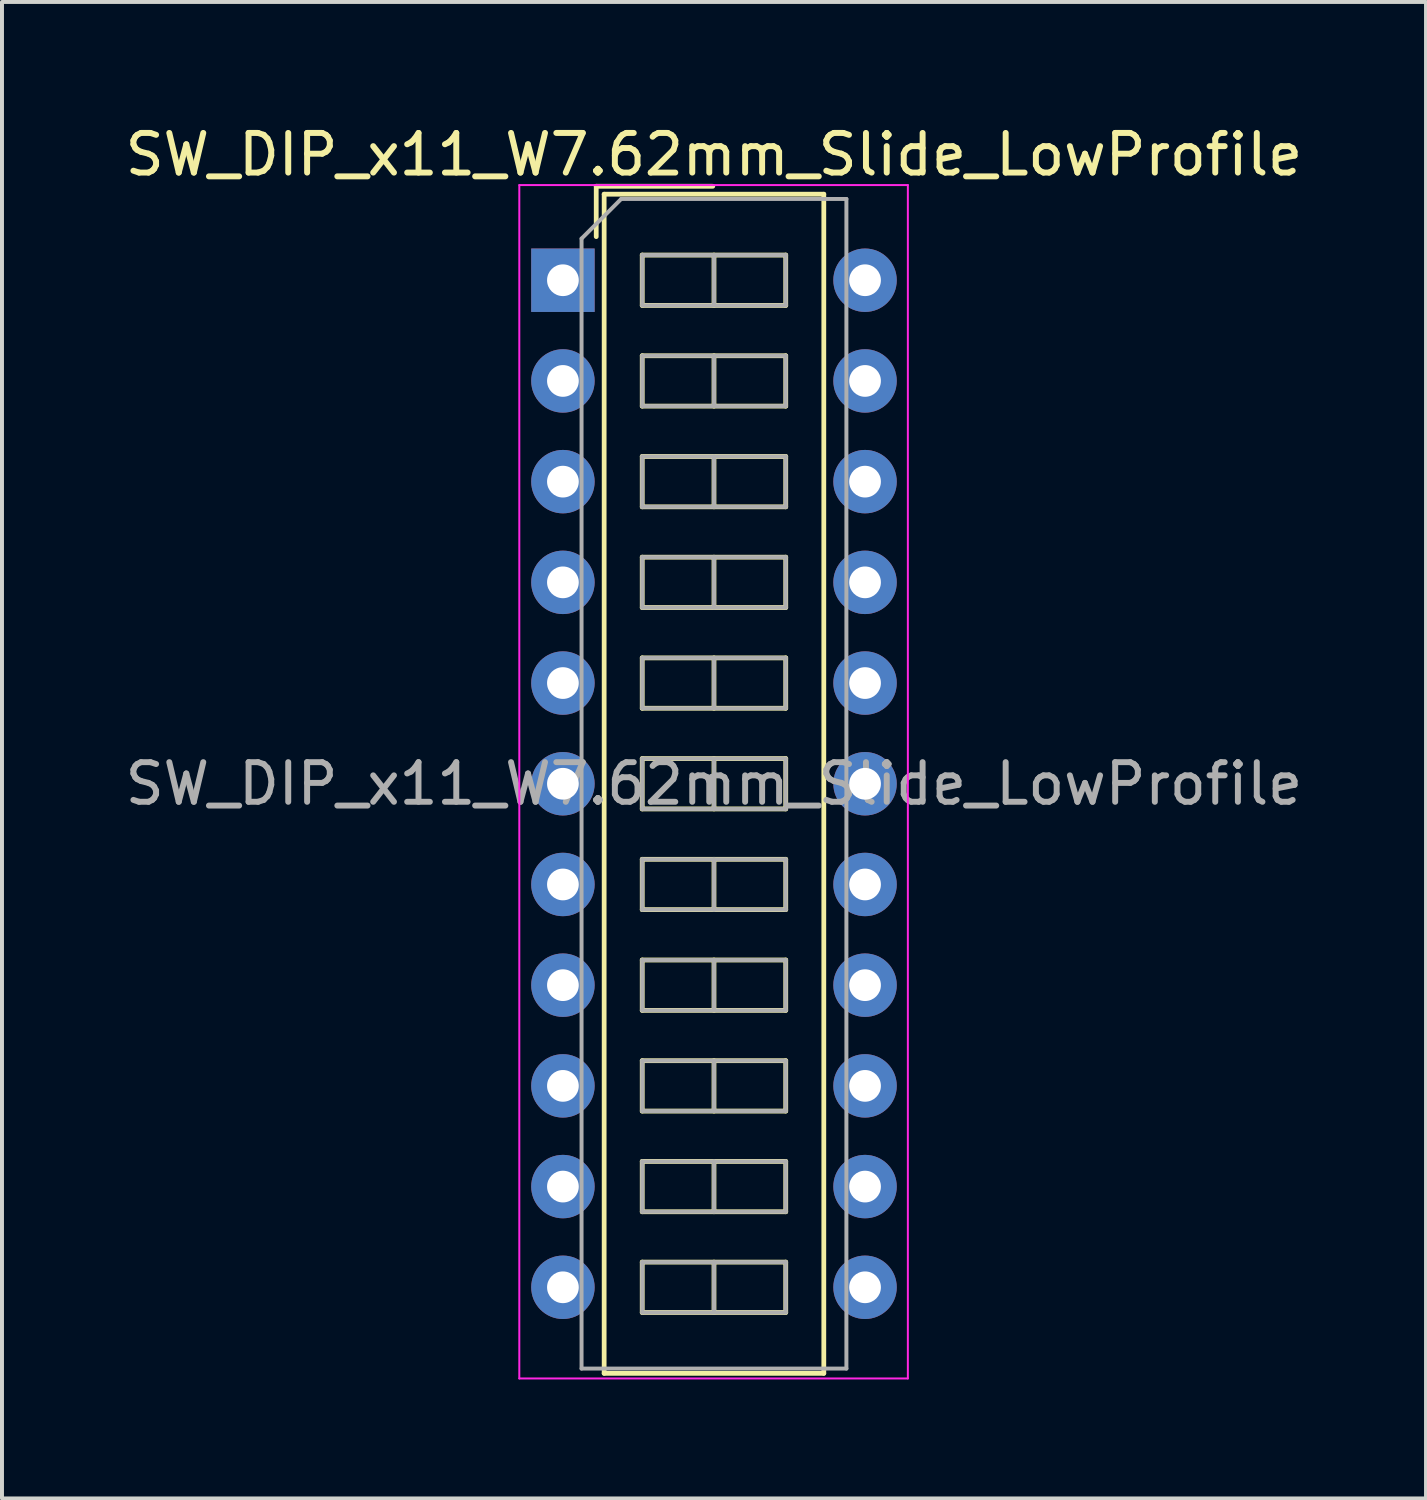
<source format=kicad_pcb>
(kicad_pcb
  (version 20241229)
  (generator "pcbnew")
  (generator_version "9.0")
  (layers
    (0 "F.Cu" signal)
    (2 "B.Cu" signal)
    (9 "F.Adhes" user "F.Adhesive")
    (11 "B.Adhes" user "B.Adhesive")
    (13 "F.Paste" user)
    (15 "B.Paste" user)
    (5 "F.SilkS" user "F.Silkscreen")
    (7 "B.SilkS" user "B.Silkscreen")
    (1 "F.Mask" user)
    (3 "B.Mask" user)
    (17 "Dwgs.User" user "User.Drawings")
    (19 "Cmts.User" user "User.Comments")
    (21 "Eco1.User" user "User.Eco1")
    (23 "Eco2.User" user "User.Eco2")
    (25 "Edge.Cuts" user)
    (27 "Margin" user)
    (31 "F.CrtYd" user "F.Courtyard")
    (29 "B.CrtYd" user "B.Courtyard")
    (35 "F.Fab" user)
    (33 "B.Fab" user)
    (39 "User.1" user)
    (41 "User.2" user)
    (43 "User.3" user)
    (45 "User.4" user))
  (footprint "SW_DIP_x11_W7.62mm_Slide_LowProfile"
    (layer "F.Cu")
    (at 11.148 4.018)
    (property "Reference" "SW_DIP_x11_W7.62mm_Slide_LowProfile" (at 3.81 -3.17 0) (layer "F.SilkS") (effects (font (size 1 1) (thickness 0.15))))
    (attr through_hole)
    (fp_line (start 0.84 -2.37) (end 0.84 -1.1) (stroke (width 0.12) (type solid)) (layer "F.SilkS"))
    (fp_line (start 0.84 -2.37) (end 3.78 -2.37) (stroke (width 0.12) (type solid)) (layer "F.SilkS"))
    (fp_line (start 1.04 -2.17) (end 6.58 -2.17) (stroke (width 0.12) (type solid)) (layer "F.SilkS"))
    (fp_line (start 1.04 27.57) (end 1.04 -2.17) (stroke (width 0.12) (type solid)) (layer "F.SilkS"))
    (fp_line (start 2 -0.635) (end 2 0.635) (stroke (width 0.12) (type solid)) (layer "F.SilkS"))
    (fp_line (start 2 0.635) (end 5.62 0.635) (stroke (width 0.12) (type solid)) (layer "F.SilkS"))
    (fp_line (start 2 1.905) (end 2 3.175) (stroke (width 0.12) (type solid)) (layer "F.SilkS"))
    (fp_line (start 2 3.175) (end 5.62 3.175) (stroke (width 0.12) (type solid)) (layer "F.SilkS"))
    (fp_line (start 2 4.445) (end 2 5.715) (stroke (width 0.12) (type solid)) (layer "F.SilkS"))
    (fp_line (start 2 5.715) (end 5.62 5.715) (stroke (width 0.12) (type solid)) (layer "F.SilkS"))
    (fp_line (start 2 6.985) (end 2 8.255) (stroke (width 0.12) (type solid)) (layer "F.SilkS"))
    (fp_line (start 2 8.255) (end 5.62 8.255) (stroke (width 0.12) (type solid)) (layer "F.SilkS"))
    (fp_line (start 2 9.525) (end 2 10.795) (stroke (width 0.12) (type solid)) (layer "F.SilkS"))
    (fp_line (start 2 10.795) (end 5.62 10.795) (stroke (width 0.12) (type solid)) (layer "F.SilkS"))
    (fp_line (start 2 12.065) (end 2 13.335) (stroke (width 0.12) (type solid)) (layer "F.SilkS"))
    (fp_line (start 2 13.335) (end 5.62 13.335) (stroke (width 0.12) (type solid)) (layer "F.SilkS"))
    (fp_line (start 2 14.605) (end 2 15.875) (stroke (width 0.12) (type solid)) (layer "F.SilkS"))
    (fp_line (start 2 15.875) (end 5.62 15.875) (stroke (width 0.12) (type solid)) (layer "F.SilkS"))
    (fp_line (start 2 17.145) (end 2 18.415) (stroke (width 0.12) (type solid)) (layer "F.SilkS"))
    (fp_line (start 2 18.415) (end 5.62 18.415) (stroke (width 0.12) (type solid)) (layer "F.SilkS"))
    (fp_line (start 2 19.685) (end 2 20.955) (stroke (width 0.12) (type solid)) (layer "F.SilkS"))
    (fp_line (start 2 20.955) (end 5.62 20.955) (stroke (width 0.12) (type solid)) (layer "F.SilkS"))
    (fp_line (start 2 22.225) (end 2 23.495) (stroke (width 0.12) (type solid)) (layer "F.SilkS"))
    (fp_line (start 2 23.495) (end 5.62 23.495) (stroke (width 0.12) (type solid)) (layer "F.SilkS"))
    (fp_line (start 2 24.765) (end 2 26.035) (stroke (width 0.12) (type solid)) (layer "F.SilkS"))
    (fp_line (start 2 26.035) (end 5.62 26.035) (stroke (width 0.12) (type solid)) (layer "F.SilkS"))
    (fp_line (start 3.81 -0.635) (end 3.81 0.635) (stroke (width 0.12) (type solid)) (layer "F.SilkS"))
    (fp_line (start 3.81 1.905) (end 3.81 3.175) (stroke (width 0.12) (type solid)) (layer "F.SilkS"))
    (fp_line (start 3.81 4.445) (end 3.81 5.715) (stroke (width 0.12) (type solid)) (layer "F.SilkS"))
    (fp_line (start 3.81 6.985) (end 3.81 8.255) (stroke (width 0.12) (type solid)) (layer "F.SilkS"))
    (fp_line (start 3.81 9.525) (end 3.81 10.795) (stroke (width 0.12) (type solid)) (layer "F.SilkS"))
    (fp_line (start 3.81 12.065) (end 3.81 13.335) (stroke (width 0.12) (type solid)) (layer "F.SilkS"))
    (fp_line (start 3.81 14.605) (end 3.81 15.875) (stroke (width 0.12) (type solid)) (layer "F.SilkS"))
    (fp_line (start 3.81 17.145) (end 3.81 18.415) (stroke (width 0.12) (type solid)) (layer "F.SilkS"))
    (fp_line (start 3.81 19.685) (end 3.81 20.955) (stroke (width 0.12) (type solid)) (layer "F.SilkS"))
    (fp_line (start 3.81 22.225) (end 3.81 23.495) (stroke (width 0.12) (type solid)) (layer "F.SilkS"))
    (fp_line (start 3.81 24.765) (end 3.81 26.035) (stroke (width 0.12) (type solid)) (layer "F.SilkS"))
    (fp_line (start 5.62 -0.635) (end 2 -0.635) (stroke (width 0.12) (type solid)) (layer "F.SilkS"))
    (fp_line (start 5.62 0.635) (end 5.62 -0.635) (stroke (width 0.12) (type solid)) (layer "F.SilkS"))
    (fp_line (start 5.62 1.905) (end 2 1.905) (stroke (width 0.12) (type solid)) (layer "F.SilkS"))
    (fp_line (start 5.62 3.175) (end 5.62 1.905) (stroke (width 0.12) (type solid)) (layer "F.SilkS"))
    (fp_line (start 5.62 4.445) (end 2 4.445) (stroke (width 0.12) (type solid)) (layer "F.SilkS"))
    (fp_line (start 5.62 5.715) (end 5.62 4.445) (stroke (width 0.12) (type solid)) (layer "F.SilkS"))
    (fp_line (start 5.62 6.985) (end 2 6.985) (stroke (width 0.12) (type solid)) (layer "F.SilkS"))
    (fp_line (start 5.62 8.255) (end 5.62 6.985) (stroke (width 0.12) (type solid)) (layer "F.SilkS"))
    (fp_line (start 5.62 9.525) (end 2 9.525) (stroke (width 0.12) (type solid)) (layer "F.SilkS"))
    (fp_line (start 5.62 10.795) (end 5.62 9.525) (stroke (width 0.12) (type solid)) (layer "F.SilkS"))
    (fp_line (start 5.62 12.065) (end 2 12.065) (stroke (width 0.12) (type solid)) (layer "F.SilkS"))
    (fp_line (start 5.62 13.335) (end 5.62 12.065) (stroke (width 0.12) (type solid)) (layer "F.SilkS"))
    (fp_line (start 5.62 14.605) (end 2 14.605) (stroke (width 0.12) (type solid)) (layer "F.SilkS"))
    (fp_line (start 5.62 15.875) (end 5.62 14.605) (stroke (width 0.12) (type solid)) (layer "F.SilkS"))
    (fp_line (start 5.62 17.145) (end 2 17.145) (stroke (width 0.12) (type solid)) (layer "F.SilkS"))
    (fp_line (start 5.62 18.415) (end 5.62 17.145) (stroke (width 0.12) (type solid)) (layer "F.SilkS"))
    (fp_line (start 5.62 19.685) (end 2 19.685) (stroke (width 0.12) (type solid)) (layer "F.SilkS"))
    (fp_line (start 5.62 20.955) (end 5.62 19.685) (stroke (width 0.12) (type solid)) (layer "F.SilkS"))
    (fp_line (start 5.62 22.225) (end 2 22.225) (stroke (width 0.12) (type solid)) (layer "F.SilkS"))
    (fp_line (start 5.62 23.495) (end 5.62 22.225) (stroke (width 0.12) (type solid)) (layer "F.SilkS"))
    (fp_line (start 5.62 24.765) (end 2 24.765) (stroke (width 0.12) (type solid)) (layer "F.SilkS"))
    (fp_line (start 5.62 26.035) (end 5.62 24.765) (stroke (width 0.12) (type solid)) (layer "F.SilkS"))
    (fp_line (start 6.58 -2.17) (end 6.58 27.57) (stroke (width 0.12) (type solid)) (layer "F.SilkS"))
    (fp_line (start 6.58 27.57) (end 1.04 27.57) (stroke (width 0.12) (type solid)) (layer "F.SilkS"))
    (fp_line (start -1.1 -2.4) (end -1.1 27.7) (stroke (width 0.05) (type solid)) (layer "F.CrtYd"))
    (fp_line (start -1.1 27.7) (end 8.7 27.7) (stroke (width 0.05) (type solid)) (layer "F.CrtYd"))
    (fp_line (start 8.7 -2.4) (end -1.1 -2.4) (stroke (width 0.05) (type solid)) (layer "F.CrtYd"))
    (fp_line (start 8.7 27.7) (end 8.7 -2.4) (stroke (width 0.05) (type solid)) (layer "F.CrtYd"))
    (fp_line (start 0.47 -1.05) (end 1.47 -2.05) (stroke (width 0.1) (type solid)) (layer "F.Fab"))
    (fp_line (start 0.47 27.45) (end 0.47 -1.05) (stroke (width 0.1) (type solid)) (layer "F.Fab"))
    (fp_line (start 1.47 -2.05) (end 7.15 -2.05) (stroke (width 0.1) (type solid)) (layer "F.Fab"))
    (fp_line (start 2 -0.635) (end 2 0.635) (stroke (width 0.1) (type solid)) (layer "F.Fab"))
    (fp_line (start 2 0.635) (end 5.62 0.635) (stroke (width 0.1) (type solid)) (layer "F.Fab"))
    (fp_line (start 2 1.905) (end 2 3.175) (stroke (width 0.1) (type solid)) (layer "F.Fab"))
    (fp_line (start 2 3.175) (end 5.62 3.175) (stroke (width 0.1) (type solid)) (layer "F.Fab"))
    (fp_line (start 2 4.445) (end 2 5.715) (stroke (width 0.1) (type solid)) (layer "F.Fab"))
    (fp_line (start 2 5.715) (end 5.62 5.715) (stroke (width 0.1) (type solid)) (layer "F.Fab"))
    (fp_line (start 2 6.985) (end 2 8.255) (stroke (width 0.1) (type solid)) (layer "F.Fab"))
    (fp_line (start 2 8.255) (end 5.62 8.255) (stroke (width 0.1) (type solid)) (layer "F.Fab"))
    (fp_line (start 2 9.525) (end 2 10.795) (stroke (width 0.1) (type solid)) (layer "F.Fab"))
    (fp_line (start 2 10.795) (end 5.62 10.795) (stroke (width 0.1) (type solid)) (layer "F.Fab"))
    (fp_line (start 2 12.065) (end 2 13.335) (stroke (width 0.1) (type solid)) (layer "F.Fab"))
    (fp_line (start 2 13.335) (end 5.62 13.335) (stroke (width 0.1) (type solid)) (layer "F.Fab"))
    (fp_line (start 2 14.605) (end 2 15.875) (stroke (width 0.1) (type solid)) (layer "F.Fab"))
    (fp_line (start 2 15.875) (end 5.62 15.875) (stroke (width 0.1) (type solid)) (layer "F.Fab"))
    (fp_line (start 2 17.145) (end 2 18.415) (stroke (width 0.1) (type solid)) (layer "F.Fab"))
    (fp_line (start 2 18.415) (end 5.62 18.415) (stroke (width 0.1) (type solid)) (layer "F.Fab"))
    (fp_line (start 2 19.685) (end 2 20.955) (stroke (width 0.1) (type solid)) (layer "F.Fab"))
    (fp_line (start 2 20.955) (end 5.62 20.955) (stroke (width 0.1) (type solid)) (layer "F.Fab"))
    (fp_line (start 2 22.225) (end 2 23.495) (stroke (width 0.1) (type solid)) (layer "F.Fab"))
    (fp_line (start 2 23.495) (end 5.62 23.495) (stroke (width 0.1) (type solid)) (layer "F.Fab"))
    (fp_line (start 2 24.765) (end 2 26.035) (stroke (width 0.1) (type solid)) (layer "F.Fab"))
    (fp_line (start 2 26.035) (end 5.62 26.035) (stroke (width 0.1) (type solid)) (layer "F.Fab"))
    (fp_line (start 3.81 -0.635) (end 3.81 0.635) (stroke (width 0.1) (type solid)) (layer "F.Fab"))
    (fp_line (start 3.81 1.905) (end 3.81 3.175) (stroke (width 0.1) (type solid)) (layer "F.Fab"))
    (fp_line (start 3.81 4.445) (end 3.81 5.715) (stroke (width 0.1) (type solid)) (layer "F.Fab"))
    (fp_line (start 3.81 6.985) (end 3.81 8.255) (stroke (width 0.1) (type solid)) (layer "F.Fab"))
    (fp_line (start 3.81 9.525) (end 3.81 10.795) (stroke (width 0.1) (type solid)) (layer "F.Fab"))
    (fp_line (start 3.81 12.065) (end 3.81 13.335) (stroke (width 0.1) (type solid)) (layer "F.Fab"))
    (fp_line (start 3.81 14.605) (end 3.81 15.875) (stroke (width 0.1) (type solid)) (layer "F.Fab"))
    (fp_line (start 3.81 17.145) (end 3.81 18.415) (stroke (width 0.1) (type solid)) (layer "F.Fab"))
    (fp_line (start 3.81 19.685) (end 3.81 20.955) (stroke (width 0.1) (type solid)) (layer "F.Fab"))
    (fp_line (start 3.81 22.225) (end 3.81 23.495) (stroke (width 0.1) (type solid)) (layer "F.Fab"))
    (fp_line (start 3.81 24.765) (end 3.81 26.035) (stroke (width 0.1) (type solid)) (layer "F.Fab"))
    (fp_line (start 5.62 -0.635) (end 2 -0.635) (stroke (width 0.1) (type solid)) (layer "F.Fab"))
    (fp_line (start 5.62 0.635) (end 5.62 -0.635) (stroke (width 0.1) (type solid)) (layer "F.Fab"))
    (fp_line (start 5.62 1.905) (end 2 1.905) (stroke (width 0.1) (type solid)) (layer "F.Fab"))
    (fp_line (start 5.62 3.175) (end 5.62 1.905) (stroke (width 0.1) (type solid)) (layer "F.Fab"))
    (fp_line (start 5.62 4.445) (end 2 4.445) (stroke (width 0.1) (type solid)) (layer "F.Fab"))
    (fp_line (start 5.62 5.715) (end 5.62 4.445) (stroke (width 0.1) (type solid)) (layer "F.Fab"))
    (fp_line (start 5.62 6.985) (end 2 6.985) (stroke (width 0.1) (type solid)) (layer "F.Fab"))
    (fp_line (start 5.62 8.255) (end 5.62 6.985) (stroke (width 0.1) (type solid)) (layer "F.Fab"))
    (fp_line (start 5.62 9.525) (end 2 9.525) (stroke (width 0.1) (type solid)) (layer "F.Fab"))
    (fp_line (start 5.62 10.795) (end 5.62 9.525) (stroke (width 0.1) (type solid)) (layer "F.Fab"))
    (fp_line (start 5.62 12.065) (end 2 12.065) (stroke (width 0.1) (type solid)) (layer "F.Fab"))
    (fp_line (start 5.62 13.335) (end 5.62 12.065) (stroke (width 0.1) (type solid)) (layer "F.Fab"))
    (fp_line (start 5.62 14.605) (end 2 14.605) (stroke (width 0.1) (type solid)) (layer "F.Fab"))
    (fp_line (start 5.62 15.875) (end 5.62 14.605) (stroke (width 0.1) (type solid)) (layer "F.Fab"))
    (fp_line (start 5.62 17.145) (end 2 17.145) (stroke (width 0.1) (type solid)) (layer "F.Fab"))
    (fp_line (start 5.62 18.415) (end 5.62 17.145) (stroke (width 0.1) (type solid)) (layer "F.Fab"))
    (fp_line (start 5.62 19.685) (end 2 19.685) (stroke (width 0.1) (type solid)) (layer "F.Fab"))
    (fp_line (start 5.62 20.955) (end 5.62 19.685) (stroke (width 0.1) (type solid)) (layer "F.Fab"))
    (fp_line (start 5.62 22.225) (end 2 22.225) (stroke (width 0.1) (type solid)) (layer "F.Fab"))
    (fp_line (start 5.62 23.495) (end 5.62 22.225) (stroke (width 0.1) (type solid)) (layer "F.Fab"))
    (fp_line (start 5.62 24.765) (end 2 24.765) (stroke (width 0.1) (type solid)) (layer "F.Fab"))
    (fp_line (start 5.62 26.035) (end 5.62 24.765) (stroke (width 0.1) (type solid)) (layer "F.Fab"))
    (fp_line (start 7.15 -2.05) (end 7.15 27.45) (stroke (width 0.1) (type solid)) (layer "F.Fab"))
    (fp_line (start 7.15 27.45) (end 0.47 27.45) (stroke (width 0.1) (type solid)) (layer "F.Fab"))
    (fp_text user "${REFERENCE}" (at 3.81 12.7 0) (layer "F.Fab") (effects (font (size 1 1) (thickness 0.15))))
    (pad "1" thru_hole rect (at 0 0) (size 1.6 1.6) (drill 0.8) (layers "*.Cu" "*.Mask"))
    (pad "2" thru_hole oval (at 0 2.54) (size 1.6 1.6) (drill 0.8) (layers "*.Cu" "*.Mask"))
    (pad "3" thru_hole oval (at 0 5.08) (size 1.6 1.6) (drill 0.8) (layers "*.Cu" "*.Mask"))
    (pad "4" thru_hole oval (at 0 7.62) (size 1.6 1.6) (drill 0.8) (layers "*.Cu" "*.Mask"))
    (pad "5" thru_hole oval (at 0 10.16) (size 1.6 1.6) (drill 0.8) (layers "*.Cu" "*.Mask"))
    (pad "6" thru_hole oval (at 0 12.7) (size 1.6 1.6) (drill 0.8) (layers "*.Cu" "*.Mask"))
    (pad "7" thru_hole oval (at 0 15.24) (size 1.6 1.6) (drill 0.8) (layers "*.Cu" "*.Mask"))
    (pad "8" thru_hole oval (at 0 17.78) (size 1.6 1.6) (drill 0.8) (layers "*.Cu" "*.Mask"))
    (pad "9" thru_hole oval (at 0 20.32) (size 1.6 1.6) (drill 0.8) (layers "*.Cu" "*.Mask"))
    (pad "10" thru_hole oval (at 0 22.86) (size 1.6 1.6) (drill 0.8) (layers "*.Cu" "*.Mask"))
    (pad "11" thru_hole oval (at 0 25.4) (size 1.6 1.6) (drill 0.8) (layers "*.Cu" "*.Mask"))
    (pad "12" thru_hole oval (at 7.62 25.4) (size 1.6 1.6) (drill 0.8) (layers "*.Cu" "*.Mask"))
    (pad "13" thru_hole oval (at 7.62 22.86) (size 1.6 1.6) (drill 0.8) (layers "*.Cu" "*.Mask"))
    (pad "14" thru_hole oval (at 7.62 20.32) (size 1.6 1.6) (drill 0.8) (layers "*.Cu" "*.Mask"))
    (pad "15" thru_hole oval (at 7.62 17.78) (size 1.6 1.6) (drill 0.8) (layers "*.Cu" "*.Mask"))
    (pad "16" thru_hole oval (at 7.62 15.24) (size 1.6 1.6) (drill 0.8) (layers "*.Cu" "*.Mask"))
    (pad "17" thru_hole oval (at 7.62 12.7) (size 1.6 1.6) (drill 0.8) (layers "*.Cu" "*.Mask"))
    (pad "18" thru_hole oval (at 7.62 10.16) (size 1.6 1.6) (drill 0.8) (layers "*.Cu" "*.Mask"))
    (pad "19" thru_hole oval (at 7.62 7.62) (size 1.6 1.6) (drill 0.8) (layers "*.Cu" "*.Mask"))
    (pad "20" thru_hole oval (at 7.62 5.08) (size 1.6 1.6) (drill 0.8) (layers "*.Cu" "*.Mask"))
    (pad "21" thru_hole oval (at 7.62 2.54) (size 1.6 1.6) (drill 0.8) (layers "*.Cu" "*.Mask"))
    (pad "22" thru_hole oval (at 7.62 0) (size 1.6 1.6) (drill 0.8) (layers "*.Cu" "*.Mask")))
  (gr_rect
    (start -3 -3)
    (end 32.917 34.743)
    (stroke (width 0.1) (type default))
    (fill no)
    (layer "Edge.Cuts")))
</source>
